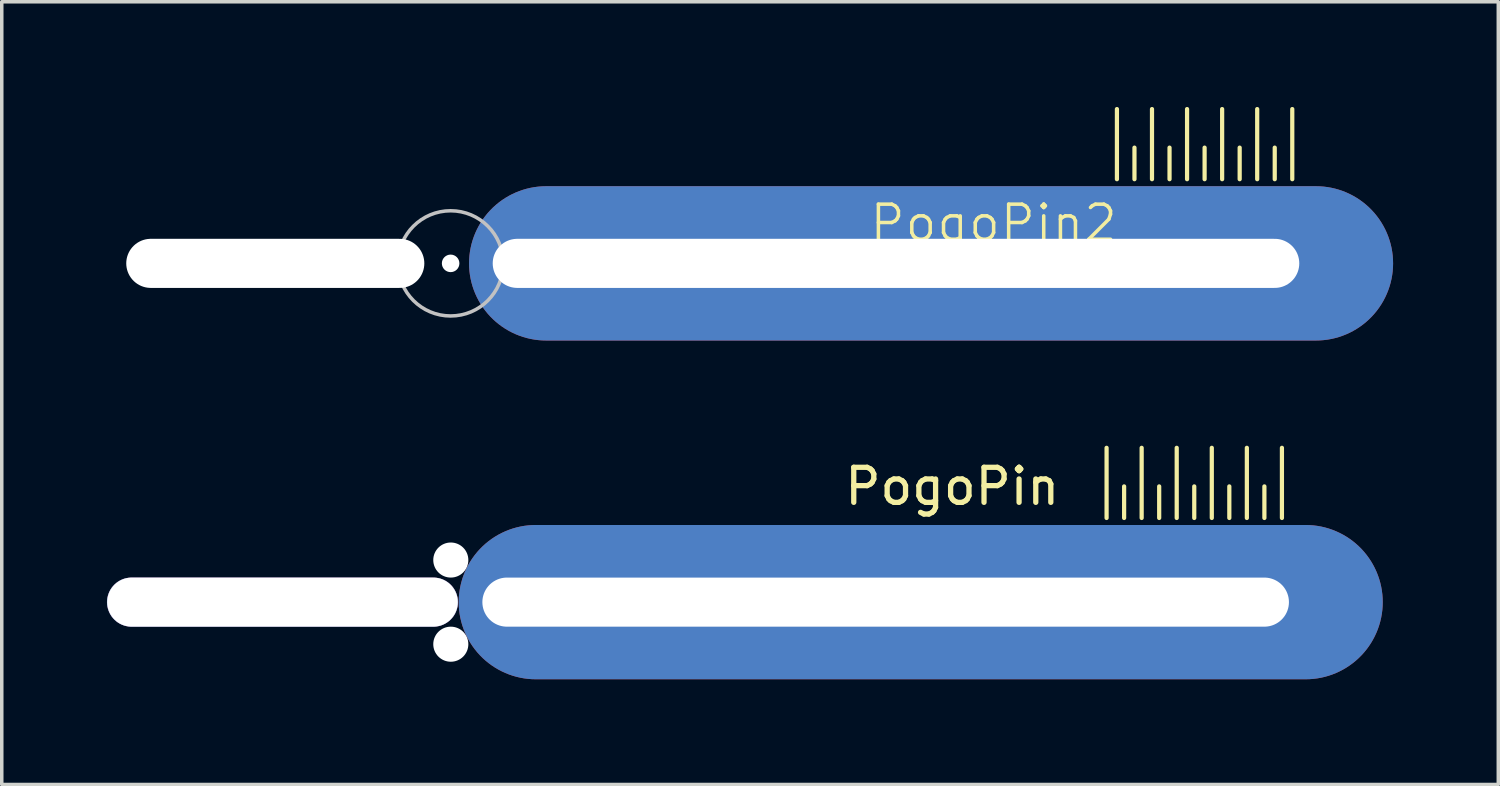
<source format=kicad_pcb>
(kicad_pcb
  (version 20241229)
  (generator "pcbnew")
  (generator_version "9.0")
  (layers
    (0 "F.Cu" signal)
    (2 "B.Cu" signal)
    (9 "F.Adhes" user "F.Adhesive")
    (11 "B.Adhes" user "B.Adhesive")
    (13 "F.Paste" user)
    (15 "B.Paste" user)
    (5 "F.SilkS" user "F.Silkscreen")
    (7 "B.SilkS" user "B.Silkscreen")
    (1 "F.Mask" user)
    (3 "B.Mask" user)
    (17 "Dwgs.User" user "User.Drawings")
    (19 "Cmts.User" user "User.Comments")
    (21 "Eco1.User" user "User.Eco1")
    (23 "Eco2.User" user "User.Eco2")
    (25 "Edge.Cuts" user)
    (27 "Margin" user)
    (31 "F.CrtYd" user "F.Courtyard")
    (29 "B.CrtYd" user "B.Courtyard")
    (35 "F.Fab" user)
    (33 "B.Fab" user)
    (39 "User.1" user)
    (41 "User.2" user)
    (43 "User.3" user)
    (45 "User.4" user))
  (footprint "PogoPin"
    (layer "F.Cu")
    (at 24.205 14.12)
    (property "Reference" "PogoPin" (at -0.1 -3.3 0) (unlocked yes) (layer "F.SilkS") (effects (font (size 1 1) (thickness 0.15))))
    (attr through_hole)
    (fp_line (start 4.3 -4.4) (end 4.3 -2.4) (stroke (width 0.12) (type solid)) (layer "F.SilkS"))
    (fp_line (start 4.8 -3.3) (end 4.8 -2.4) (stroke (width 0.12) (type solid)) (layer "F.SilkS"))
    (fp_line (start 5.3 -4.4) (end 5.3 -2.4) (stroke (width 0.12) (type solid)) (layer "F.SilkS"))
    (fp_line (start 5.8 -3.3) (end 5.8 -2.4) (stroke (width 0.12) (type solid)) (layer "F.SilkS"))
    (fp_line (start 6.3 -4.4) (end 6.3 -2.4) (stroke (width 0.12) (type solid)) (layer "F.SilkS"))
    (fp_line (start 6.8 -3.3) (end 6.8 -2.4) (stroke (width 0.12) (type solid)) (layer "F.SilkS"))
    (fp_line (start 7.3 -4.4) (end 7.3 -2.4) (stroke (width 0.12) (type solid)) (layer "F.SilkS"))
    (fp_line (start 7.8 -3.3) (end 7.8 -2.4) (stroke (width 0.12) (type solid)) (layer "F.SilkS"))
    (fp_line (start 8.3 -4.4) (end 8.3 -2.4) (stroke (width 0.12) (type solid)) (layer "F.SilkS"))
    (fp_line (start 8.8 -3.3) (end 8.8 -2.4) (stroke (width 0.12) (type solid)) (layer "F.SilkS"))
    (fp_line (start 9.3 -4.4) (end 9.3 -2.4) (stroke (width 0.12) (type solid)) (layer "F.SilkS"))
    (pad "" np_thru_hole oval (at -19.2 0) (size 10.01 1.401) (drill oval 10 1.4) (layers "*.Cu" "*.Mask"))
    (pad "" np_thru_hole circle (at -14.4 -1.2) (size 1 1) (drill 1) (layers "*.Cu" "*.Mask"))
    (pad "" np_thru_hole circle (at -14.4 1.2) (size 1 1) (drill 1) (layers "*.Cu" "*.Mask"))
    (pad "1" thru_hole oval (at -2 0) (size 26.35 4.4) (drill oval 23 1.4 (offset 1 0)) (layers "*.Cu" "*.Mask")))
  (footprint "PogoPin2"
    (layer "F.Cu")
    (at 24.5 4.46)
    (property "Reference" "PogoPin2" (at 0.784 -1.146 0) (unlocked yes) (layer "F.SilkS") (effects (font (size 1 1) (thickness 0.1))))
    (attr through_hole)
    (fp_line (start 4.3 -4.4) (end 4.3 -2.4) (stroke (width 0.12) (type solid)) (layer "F.SilkS"))
    (fp_line (start 4.8 -3.3) (end 4.8 -2.4) (stroke (width 0.12) (type solid)) (layer "F.SilkS"))
    (fp_line (start 5.3 -4.4) (end 5.3 -2.4) (stroke (width 0.12) (type solid)) (layer "F.SilkS"))
    (fp_line (start 5.8 -3.3) (end 5.8 -2.4) (stroke (width 0.12) (type solid)) (layer "F.SilkS"))
    (fp_line (start 6.3 -4.4) (end 6.3 -2.4) (stroke (width 0.12) (type solid)) (layer "F.SilkS"))
    (fp_line (start 6.8 -3.3) (end 6.8 -2.4) (stroke (width 0.12) (type solid)) (layer "F.SilkS"))
    (fp_line (start 7.3 -4.4) (end 7.3 -2.4) (stroke (width 0.12) (type solid)) (layer "F.SilkS"))
    (fp_line (start 7.8 -3.3) (end 7.8 -2.4) (stroke (width 0.12) (type solid)) (layer "F.SilkS"))
    (fp_line (start 8.3 -4.4) (end 8.3 -2.4) (stroke (width 0.12) (type solid)) (layer "F.SilkS"))
    (fp_line (start 8.8 -3.3) (end 8.8 -2.4) (stroke (width 0.12) (type solid)) (layer "F.SilkS"))
    (fp_line (start 9.3 -4.4) (end 9.3 -2.4) (stroke (width 0.12) (type solid)) (layer "F.SilkS"))
    (fp_circle (center -14.7 0) (end -14.7 0) (stroke (width 0.1) (type default)) (fill no) (layer "Dwgs.User"))
    (fp_circle (center -14.7 0) (end -13.2 0) (stroke (width 0.1) (type default)) (fill no) (layer "Dwgs.User"))
    (pad "" np_thru_hole oval (at -19.7 0) (size 8.5 1.4) (drill oval 8.5 1.4) (layers "*.Cu" "*.Mask"))
    (pad "" np_thru_hole circle (at -14.7 0) (size 0.5 0.5) (drill 0.5) (layers "*.Cu" "*.Mask"))
    (pad "1" thru_hole oval (at -2 0) (size 26.35 4.4) (drill oval 23 1.4 (offset 1 0)) (layers "*.Cu" "*.Mask"))
    (zone (net_name "") (layers "F.Cu" "B.Cu" "Dwgs.User") (hatch edge 0.5) (connect_pads) (min_thickness 0.25) (filled_areas_thickness no) (keepout (tracks allowed) (vias allowed) (pads allowed) (copperpour not_allowed) (footprints allowed)) (placement (enabled no)) (fill) (polygon (pts (xy 0 2.96) (xy 11.5 2.96) (xy 11.5 5.96) (xy 0 5.96)))))
  (gr_rect
    (start -3 -3)
    (end 39.675 19.32)
    (stroke (width 0.1) (type default))
    (fill no)
    (layer "Edge.Cuts")))
</source>
